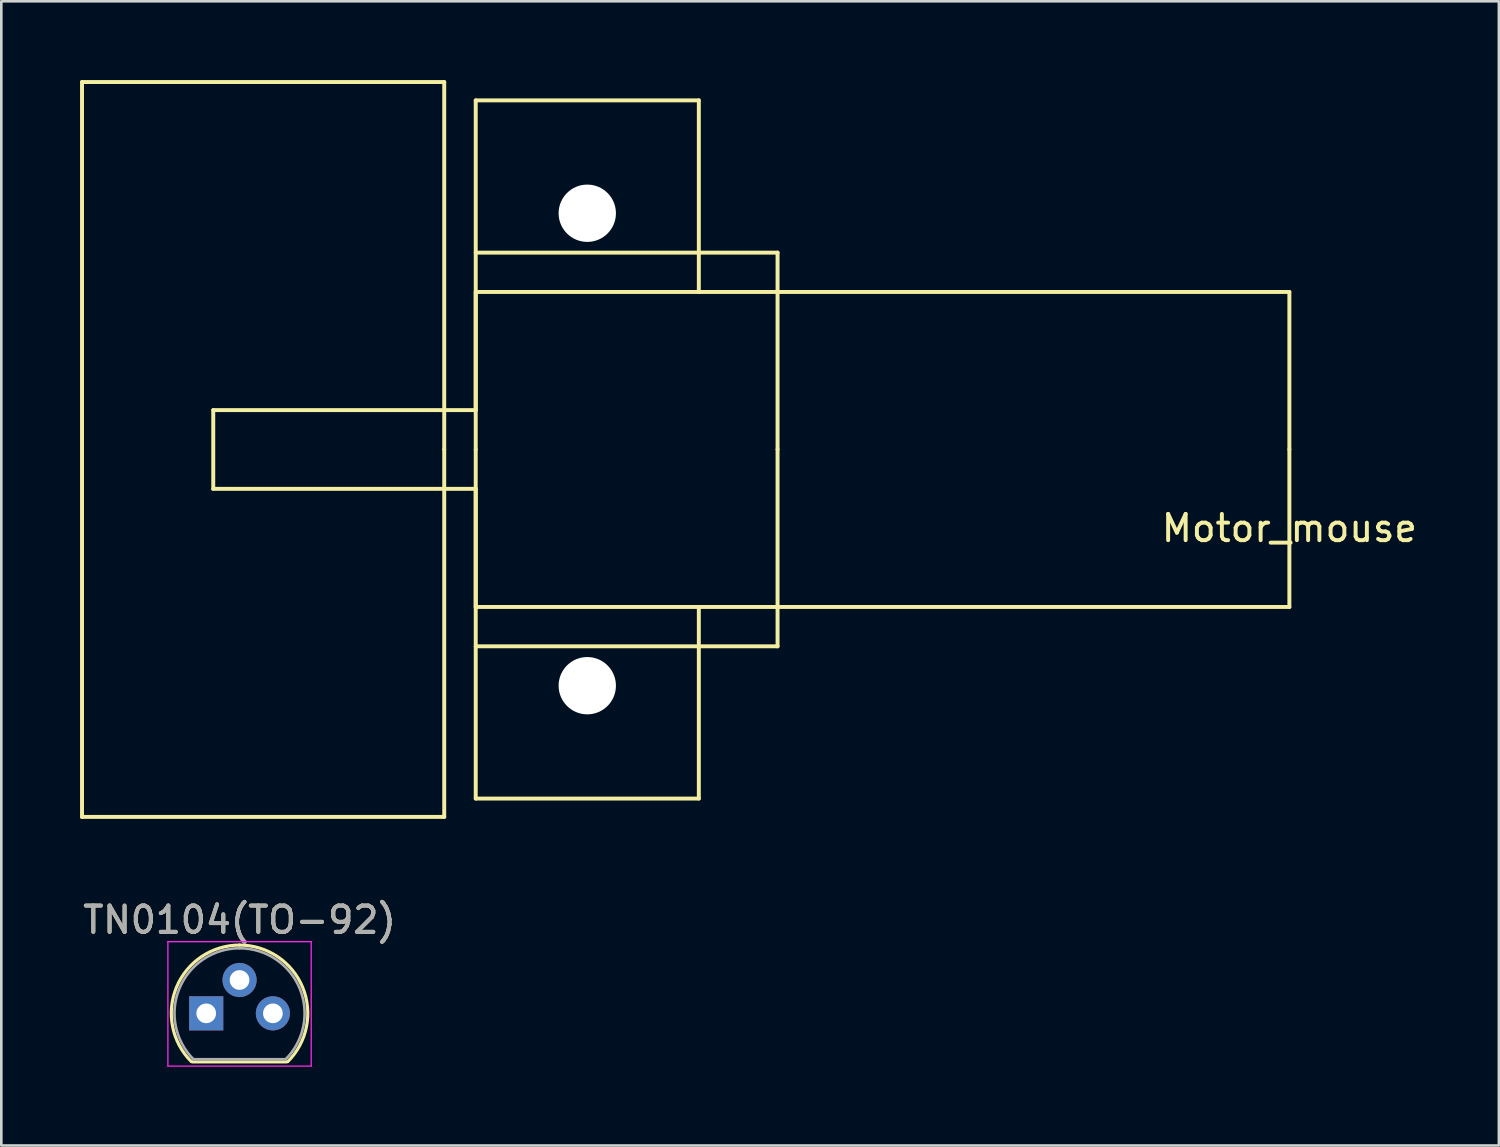
<source format=kicad_pcb>
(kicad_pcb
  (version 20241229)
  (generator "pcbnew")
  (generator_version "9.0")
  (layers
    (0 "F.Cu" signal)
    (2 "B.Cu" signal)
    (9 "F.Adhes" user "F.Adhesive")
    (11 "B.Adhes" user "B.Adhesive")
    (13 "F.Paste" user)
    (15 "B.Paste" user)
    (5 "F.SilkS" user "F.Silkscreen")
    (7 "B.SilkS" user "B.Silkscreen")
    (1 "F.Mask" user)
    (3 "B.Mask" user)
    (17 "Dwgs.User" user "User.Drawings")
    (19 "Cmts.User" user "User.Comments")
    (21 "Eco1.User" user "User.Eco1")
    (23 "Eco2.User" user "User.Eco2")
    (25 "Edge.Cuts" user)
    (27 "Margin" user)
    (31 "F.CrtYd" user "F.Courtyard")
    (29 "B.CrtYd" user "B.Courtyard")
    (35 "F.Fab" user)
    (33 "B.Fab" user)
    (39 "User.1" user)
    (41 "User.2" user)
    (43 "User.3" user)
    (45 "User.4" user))
  (footprint "TN0104(TO-92)"
    (layer "F.Cu")
    (at 4.807 35.558)
    (property "Reference" "TN0104(TO-92)" (at 1.27 -3.56 0) (layer "F.SilkS") (effects (font (size 1 1) (thickness 0.15))))
    (attr through_hole)
    (fp_line (start -0.53 1.85) (end 3.07 1.85) (stroke (width 0.12) (type solid)) (layer "F.SilkS"))
    (fp_arc (start -0.568478 1.838478) (mid -1.132087 -0.994977) (end 1.27 -2.6) (stroke (width 0.12) (type solid)) (layer "F.SilkS"))
    (fp_arc (start 1.27 -2.6) (mid 3.672087 -0.994977) (end 3.108478 1.838478) (stroke (width 0.12) (type solid)) (layer "F.SilkS"))
    (fp_line (start -1.46 -2.73) (end -1.46 2.01) (stroke (width 0.05) (type solid)) (layer "F.CrtYd"))
    (fp_line (start -1.46 -2.73) (end 4 -2.73) (stroke (width 0.05) (type solid)) (layer "F.CrtYd"))
    (fp_line (start 4 2.01) (end -1.46 2.01) (stroke (width 0.05) (type solid)) (layer "F.CrtYd"))
    (fp_line (start 4 2.01) (end 4 -2.73) (stroke (width 0.05) (type solid)) (layer "F.CrtYd"))
    (fp_line (start -0.5 1.75) (end 3 1.75) (stroke (width 0.1) (type solid)) (layer "F.Fab"))
    (fp_arc (start -0.483625 1.753625) (mid -1.021221 -0.949055) (end 1.27 -2.48) (stroke (width 0.1) (type solid)) (layer "F.Fab"))
    (fp_arc (start 1.27 -2.48) (mid 3.561221 -0.949055) (end 3.023625 1.753625) (stroke (width 0.1) (type solid)) (layer "F.Fab"))
    (fp_text user "${REFERENCE}" (at 1.27 -3.56 0) (layer "F.Fab") (effects (font (size 1 1) (thickness 0.15))))
    (pad "1" thru_hole circle (at 2.54 0 90) (size 1.3 1.3) (drill 0.75) (layers "*.Cu" "*.Mask"))
    (pad "2" thru_hole circle (at 1.27 -1.27 90) (size 1.3 1.3) (drill 0.75) (layers "*.Cu" "*.Mask"))
    (pad "3" thru_hole rect (at 0 0 90) (size 1.3 1.3) (drill 0.75) (layers "*.Cu" "*.Mask")))
  (footprint "Motor_mouse"
    (layer "F.Cu")
    (at 46.075 14.075)
    (property "Reference" "Motor_mouse" (at 0 3 0) (layer "F.SilkS") (effects (font (size 1 1) (thickness 0.15))))
    (attr through_hole)
    (fp_line (start -46 -14) (end -46 14) (stroke (width 0.15) (type solid)) (layer "F.SilkS"))
    (fp_line (start -41 -1.5) (end -41 1.5) (stroke (width 0.15) (type solid)) (layer "F.SilkS"))
    (fp_line (start -32.2 -14) (end -46 -14) (stroke (width 0.15) (type solid)) (layer "F.SilkS"))
    (fp_line (start -32.2 0) (end -32.2 -14) (stroke (width 0.15) (type solid)) (layer "F.SilkS"))
    (fp_line (start -32.2 0) (end -32.2 14) (stroke (width 0.15) (type solid)) (layer "F.SilkS"))
    (fp_line (start -32.2 14) (end -46 14) (stroke (width 0.15) (type solid)) (layer "F.SilkS"))
    (fp_line (start -31 -13.3) (end -22.5 -13.3) (stroke (width 0.15) (type solid)) (layer "F.SilkS"))
    (fp_line (start -31 -7.5) (end -19.5 -7.5) (stroke (width 0.15) (type solid)) (layer "F.SilkS"))
    (fp_line (start -31 -6) (end -31 -1.5) (stroke (width 0.15) (type solid)) (layer "F.SilkS"))
    (fp_line (start -31 -1.5) (end -41 -1.5) (stroke (width 0.15) (type solid)) (layer "F.SilkS"))
    (fp_line (start -31 0) (end -31 -13.3) (stroke (width 0.15) (type solid)) (layer "F.SilkS"))
    (fp_line (start -31 0) (end -31 13.3) (stroke (width 0.15) (type solid)) (layer "F.SilkS"))
    (fp_line (start -31 1.5) (end -41 1.5) (stroke (width 0.15) (type solid)) (layer "F.SilkS"))
    (fp_line (start -31 6) (end -31 1.5) (stroke (width 0.15) (type solid)) (layer "F.SilkS"))
    (fp_line (start -31 7.5) (end -19.5 7.5) (stroke (width 0.15) (type solid)) (layer "F.SilkS"))
    (fp_line (start -31 13.3) (end -22.5 13.3) (stroke (width 0.15) (type solid)) (layer "F.SilkS"))
    (fp_line (start -22.5 -6) (end -22.5 -13.3) (stroke (width 0.15) (type solid)) (layer "F.SilkS"))
    (fp_line (start -22.5 6) (end -22.5 13.3) (stroke (width 0.15) (type solid)) (layer "F.SilkS"))
    (fp_line (start -19.5 0) (end -19.5 -7.5) (stroke (width 0.15) (type solid)) (layer "F.SilkS"))
    (fp_line (start -19.5 0) (end -19.5 7.5) (stroke (width 0.15) (type solid)) (layer "F.SilkS"))
    (fp_line (start 0 -6) (end -31 -6) (stroke (width 0.15) (type solid)) (layer "F.SilkS"))
    (fp_line (start 0 0) (end 0 -6) (stroke (width 0.15) (type solid)) (layer "F.SilkS"))
    (fp_line (start 0 0) (end 0 6) (stroke (width 0.15) (type solid)) (layer "F.SilkS"))
    (fp_line (start 0 6) (end -31 6) (stroke (width 0.15) (type solid)) (layer "F.SilkS"))
    (pad "" np_thru_hole circle (at -26.75 -9) (size 2.184 2.184) (drill 2.184) (layers "*.Cu" "*.Mask"))
    (pad "" np_thru_hole circle (at -26.75 9) (size 2.184 2.184) (drill 2.184) (layers "*.Cu" "*.Mask")))
  (gr_rect
    (start -3 -3)
    (end 54.057 40.593)
    (stroke (width 0.1) (type default))
    (fill no)
    (layer "Edge.Cuts")))
</source>
